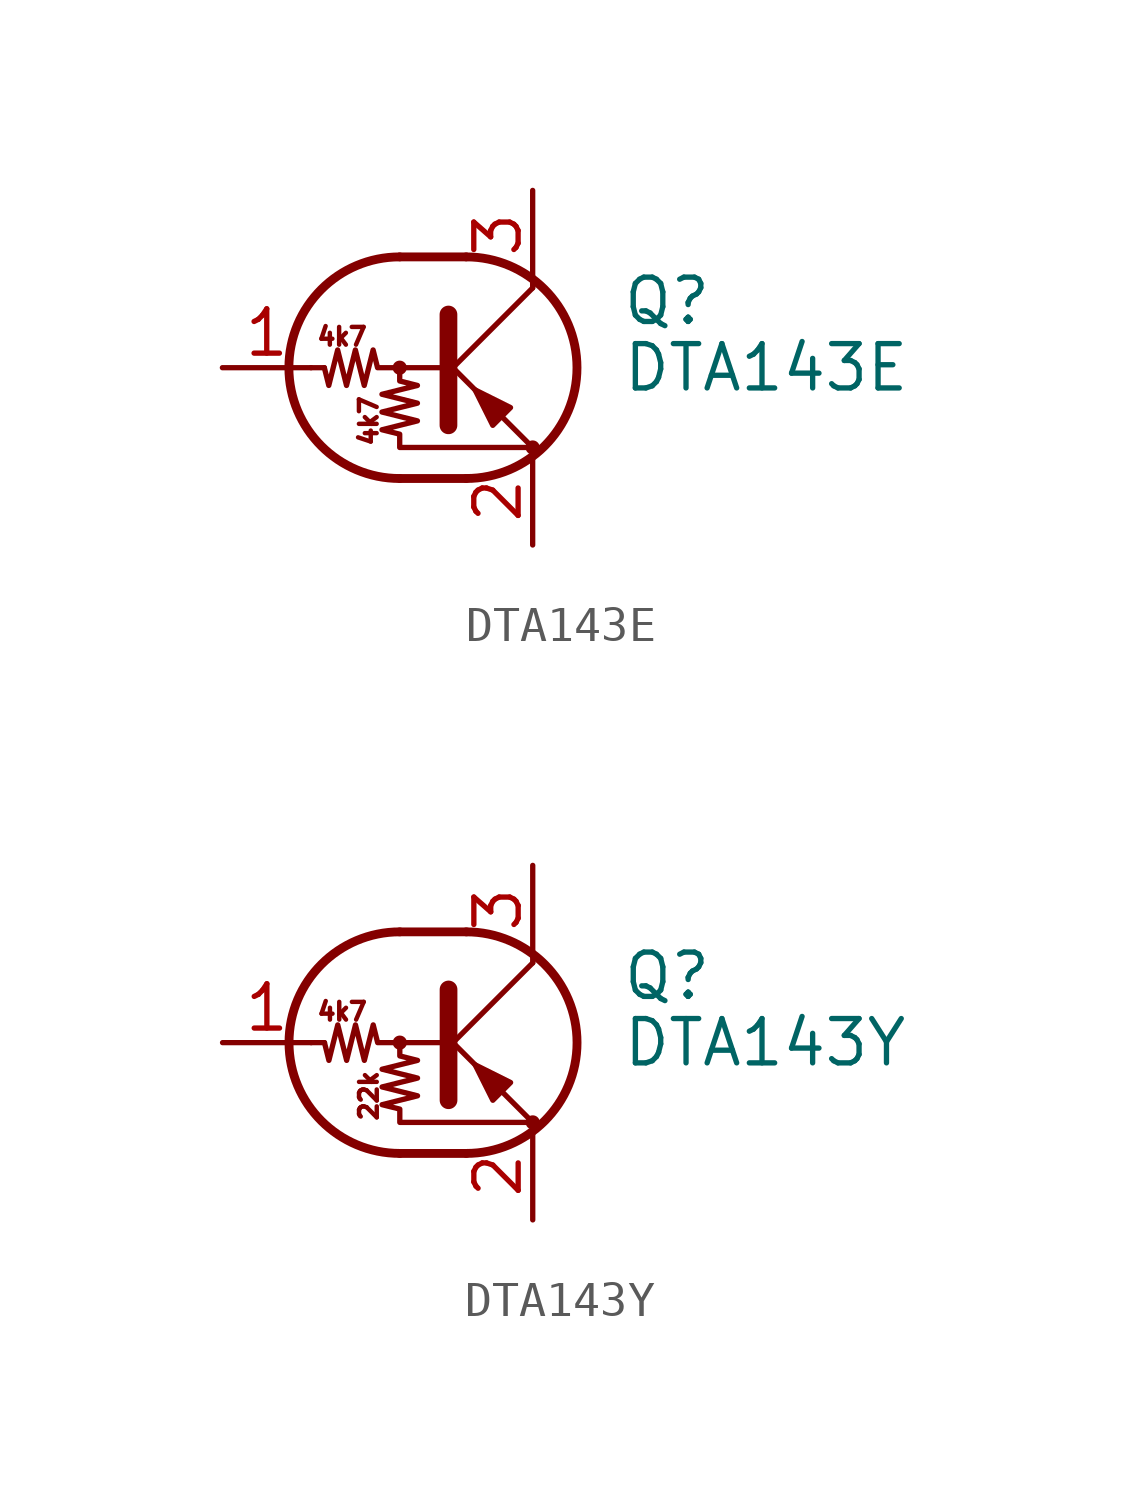
<source format=kicad_sym>
(kicad_symbol_lib
  (version 20241209)
  (generator "kicad_symbol_editor")
  (generator_version "9.0")
  (symbol "DTA143E"
    (pin_names
      (offset 0)
      (hide yes))
    (property "Reference" "Q"
      (at 5.08 1.905 0)
      (effects (font (size 1.27 1.27)) (justify left)))
    (property "Value" "DTA143E"
      (at 5.08 0 0)
      (effects (font (size 1.27 1.27)) (justify left)))
    (symbol "DTA143E_0_0"
      (text "4k7" (at -2.921 0.889 0) (effects (font (size 0.508 0.508))))
      (text "4k7" (at -2.159 -1.524 900) (effects (font (size 0.508 0.508)))))
    (symbol "DTA143E_0_1"
      (polyline (pts (xy -3.429 0) (xy -3.81 0)) (stroke (width 0) (type default)) (fill (type none)))
      (polyline (pts (xy -1.27 3.175) (xy 0.635 3.175)) (stroke (width 0.254) (type default)) (fill (type none)))
      (circle (center -1.27 0) (radius 0.127) (stroke (width 0) (type default)) (fill (type none)))
      (polyline (pts (xy -1.27 0) (xy -1.27 -0.381) (xy -0.762 -0.508) (xy -1.778 -0.762) (xy -0.762 -1.016) (xy -1.778 -1.27) (xy -0.762 -1.524) (xy -1.778 -1.778) (xy -1.27 -1.905) (xy -1.27 -2.286) (xy 2.54 -2.286)) (stroke (width 0) (type default)) (fill (type none)))
      (polyline (pts (xy -1.27 -3.175) (xy 0.635 -3.175)) (stroke (width 0.254) (type default)) (fill (type none)))
      (arc (start -1.27 -3.175) (mid -4.4312 0) (end -1.27 3.175) (stroke (width 0.254) (type default)) (fill (type none)))
      (polyline (pts (xy 0 0) (xy -1.905 0) (xy -2.032 0.508) (xy -2.286 -0.508) (xy -2.54 0.508) (xy -2.794 -0.508) (xy -3.048 0.508) (xy -3.302 -0.508) (xy -3.429 0)) (stroke (width 0) (type default)) (fill (type none)))
      (polyline (pts (xy 0 -0.254) (xy 2.54 2.286)) (stroke (width 0) (type default)) (fill (type none)))
      (polyline (pts (xy 0.127 1.524) (xy 0.127 -1.651)) (stroke (width 0.508) (type default)) (fill (type outline)))
      (arc (start 0.635 3.175) (mid 3.7962 0) (end 0.635 -3.175) (stroke (width 0.254) (type default)) (fill (type none)))
      (polyline (pts (xy 1.397 -1.651) (xy 1.905 -1.143) (xy 0.889 -0.635) (xy 1.397 -1.651)) (stroke (width 0) (type default)) (fill (type outline)))
      (polyline (pts (xy 2.54 2.286) (xy 2.54 2.54)) (stroke (width 0) (type default)) (fill (type none)))
      (polyline (pts (xy 2.54 -2.286) (xy 0 0.254) (xy 0 0.254)) (stroke (width 0) (type default)) (fill (type none)))
      (circle (center 2.54 -2.286) (radius 0.127) (stroke (width 0) (type default)) (fill (type none))))
    (symbol "DTA143E_1_1"
      (pin input line (at -6.35 0 0) (length 2.54) (name "B" (effects (font (size 1.27 1.27)))) (number "1" (effects (font (size 1.27 1.27)))))
      (pin passive line (at 2.54 5.08 270) (length 2.54) (name "C" (effects (font (size 1.27 1.27)))) (number "3" (effects (font (size 1.27 1.27)))))
      (pin passive line (at 2.54 -5.08 90) (length 2.54) (name "E" (effects (font (size 1.27 1.27)))) (number "2" (effects (font (size 1.27 1.27)))))))
  (symbol "DTA143Y"
    (pin_names
      (offset 0)
      (hide yes))
    (property "Reference" "Q"
      (at 5.08 1.905 0)
      (effects (font (size 1.27 1.27)) (justify left)))
    (property "Value" "DTA143Y"
      (at 5.08 0 0)
      (effects (font (size 1.27 1.27)) (justify left)))
    (symbol "DTA143Y_0_0"
      (text "4k7" (at -2.921 0.889 0) (effects (font (size 0.508 0.508))))
      (text "22k" (at -2.159 -1.524 900) (effects (font (size 0.508 0.508)))))
    (symbol "DTA143Y_0_1"
      (polyline (pts (xy -3.429 0) (xy -3.81 0)) (stroke (width 0) (type default)) (fill (type none)))
      (polyline (pts (xy -1.27 3.175) (xy 0.635 3.175)) (stroke (width 0.254) (type default)) (fill (type none)))
      (circle (center -1.27 0) (radius 0.127) (stroke (width 0) (type default)) (fill (type none)))
      (polyline (pts (xy -1.27 0) (xy -1.27 -0.381) (xy -0.762 -0.508) (xy -1.778 -0.762) (xy -0.762 -1.016) (xy -1.778 -1.27) (xy -0.762 -1.524) (xy -1.778 -1.778) (xy -1.27 -1.905) (xy -1.27 -2.286) (xy 2.54 -2.286)) (stroke (width 0) (type default)) (fill (type none)))
      (polyline (pts (xy -1.27 -3.175) (xy 0.635 -3.175)) (stroke (width 0.254) (type default)) (fill (type none)))
      (arc (start -1.27 -3.175) (mid -4.4312 0) (end -1.27 3.175) (stroke (width 0.254) (type default)) (fill (type none)))
      (polyline (pts (xy 0 0) (xy -1.905 0) (xy -2.032 0.508) (xy -2.286 -0.508) (xy -2.54 0.508) (xy -2.794 -0.508) (xy -3.048 0.508) (xy -3.302 -0.508) (xy -3.429 0)) (stroke (width 0) (type default)) (fill (type none)))
      (polyline (pts (xy 0 -0.254) (xy 2.54 2.286)) (stroke (width 0) (type default)) (fill (type none)))
      (polyline (pts (xy 0.127 1.524) (xy 0.127 -1.651)) (stroke (width 0.508) (type default)) (fill (type outline)))
      (arc (start 0.635 3.175) (mid 3.7962 0) (end 0.635 -3.175) (stroke (width 0.254) (type default)) (fill (type none)))
      (polyline (pts (xy 1.397 -1.651) (xy 1.905 -1.143) (xy 0.889 -0.635) (xy 1.397 -1.651)) (stroke (width 0) (type default)) (fill (type outline)))
      (polyline (pts (xy 2.54 2.286) (xy 2.54 2.54)) (stroke (width 0) (type default)) (fill (type none)))
      (polyline (pts (xy 2.54 -2.286) (xy 0 0.254) (xy 0 0.254)) (stroke (width 0) (type default)) (fill (type none)))
      (circle (center 2.54 -2.286) (radius 0.127) (stroke (width 0) (type default)) (fill (type none))))
    (symbol "DTA143Y_1_1"
      (pin input line (at -6.35 0 0) (length 2.54) (name "B" (effects (font (size 1.27 1.27)))) (number "1" (effects (font (size 1.27 1.27)))))
      (pin passive line (at 2.54 5.08 270) (length 2.54) (name "C" (effects (font (size 1.27 1.27)))) (number "3" (effects (font (size 1.27 1.27)))))
      (pin passive line (at 2.54 -5.08 90) (length 2.54) (name "E" (effects (font (size 1.27 1.27)))) (number "2" (effects (font (size 1.27 1.27))))))))
</source>
